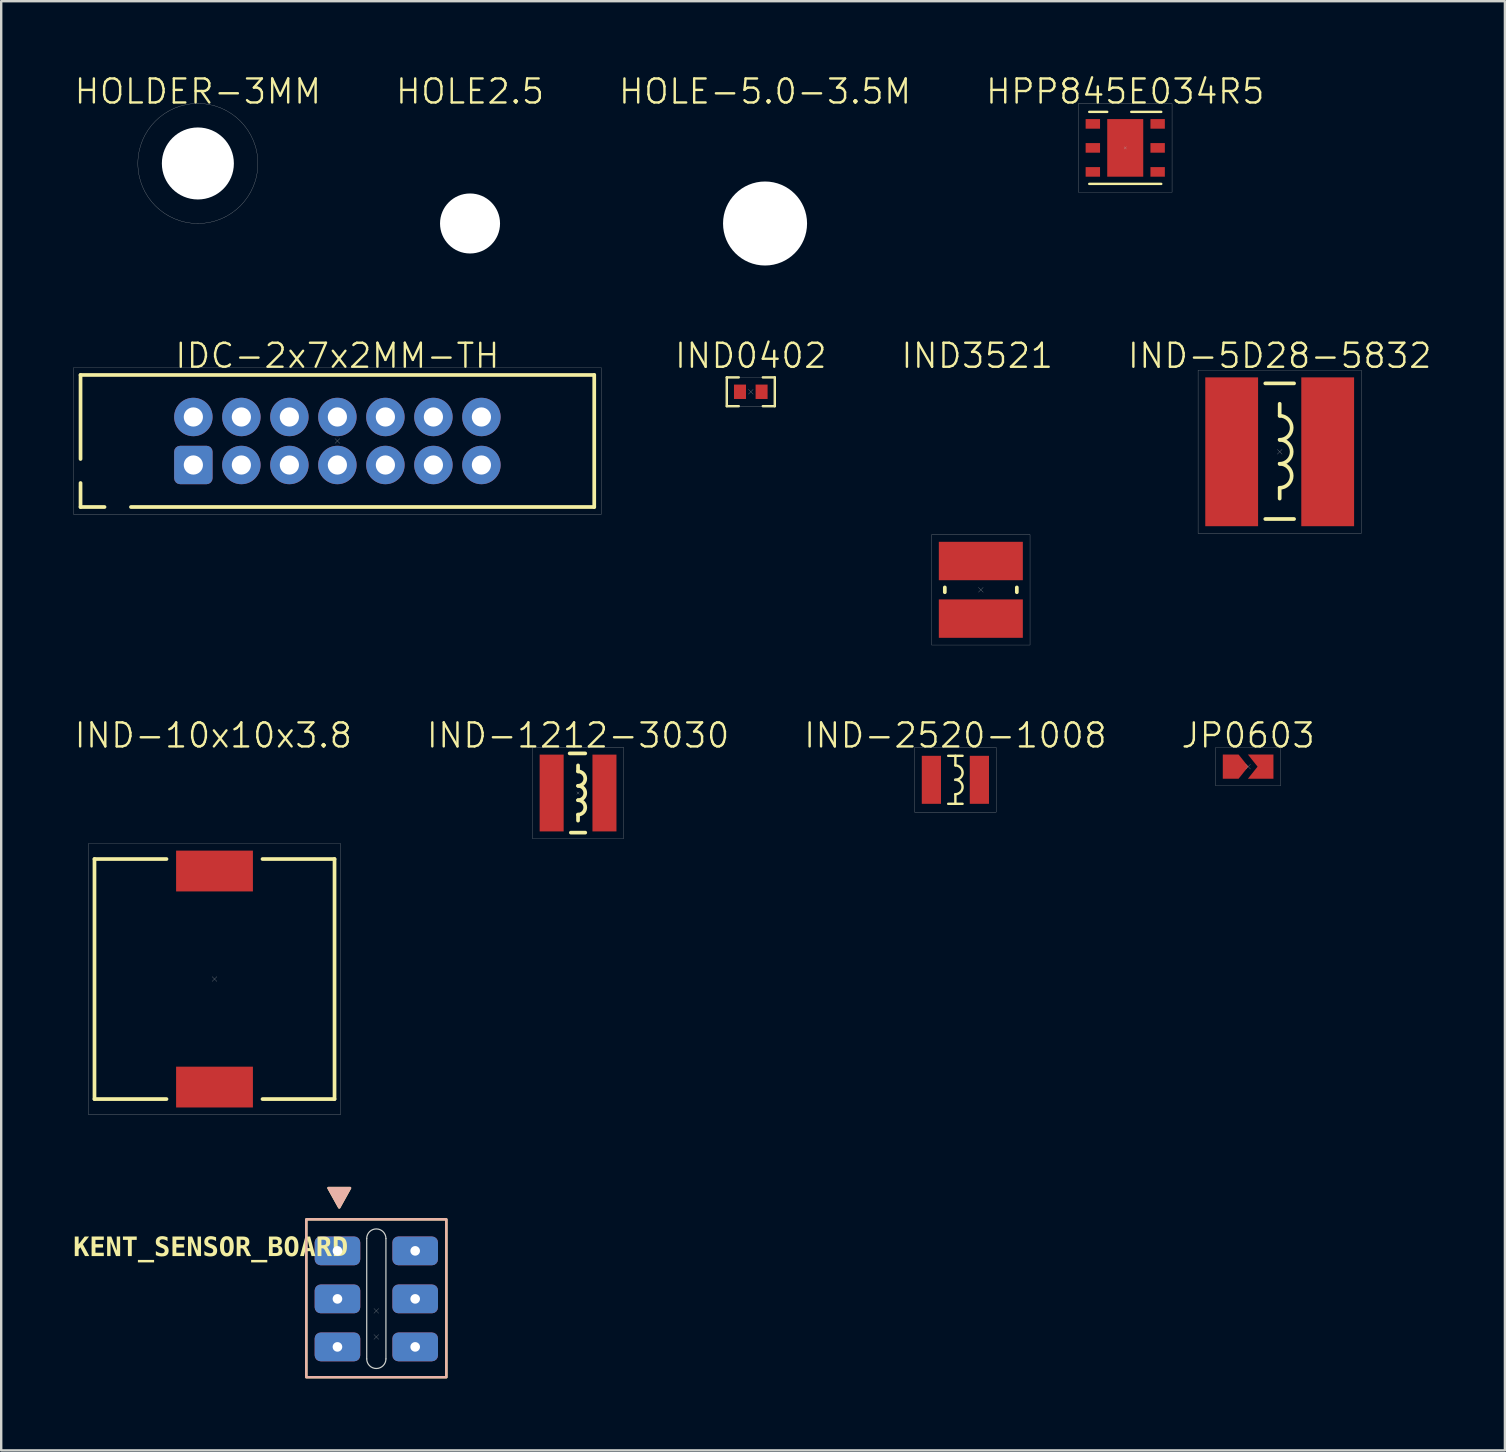
<source format=kicad_pcb>
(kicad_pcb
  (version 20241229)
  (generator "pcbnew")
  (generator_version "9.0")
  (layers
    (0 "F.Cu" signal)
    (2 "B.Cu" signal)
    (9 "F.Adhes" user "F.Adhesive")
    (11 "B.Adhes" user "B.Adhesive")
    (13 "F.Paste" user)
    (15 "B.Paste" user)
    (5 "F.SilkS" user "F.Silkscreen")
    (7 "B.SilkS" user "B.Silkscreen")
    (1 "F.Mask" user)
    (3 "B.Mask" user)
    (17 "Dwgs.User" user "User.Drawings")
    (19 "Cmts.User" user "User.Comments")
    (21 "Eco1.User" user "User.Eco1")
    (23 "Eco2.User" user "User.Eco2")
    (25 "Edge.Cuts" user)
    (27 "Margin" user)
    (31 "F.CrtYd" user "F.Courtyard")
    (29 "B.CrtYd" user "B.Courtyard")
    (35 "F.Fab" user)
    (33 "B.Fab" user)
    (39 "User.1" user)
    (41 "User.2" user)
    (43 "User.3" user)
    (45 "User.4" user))
  (footprint "HOLE2.5"
    (layer "F.Cu")
    (at 16.531 1.26)
    (property "Reference" "HOLE2.5" (at 0 -0.5 0) (unlocked yes) (layer "F.SilkS") (effects (font (size 1 1) (thickness 0.1))))
    (pad "" np_thru_hole circle (at 0 5) (size 2.5 2.5) (drill 2.5) (layers "*.Cu" "*.Mask")))
  (footprint "IDC-2x7x2MM-TH"
    (layer "F.Cu")
    (at 11.005 15.321)
    (property "Reference" "IDC-2x7x2MM-TH" (at 0 -3.55 0) (unlocked yes) (layer "F.SilkS") (effects (font (size 1 1) (thickness 0.1))))
    (attr through_hole)
    (fp_line (start -10.7 -2.75) (end 10.7 -2.75) (stroke (width 0.154) (type default)) (layer "F.SilkS"))
    (fp_line (start -10.7 0.75) (end -10.7 -2.75) (stroke (width 0.154) (type default)) (layer "F.SilkS"))
    (fp_line (start -10.7 1.75) (end -10.7 2.75) (stroke (width 0.154) (type default)) (layer "F.SilkS"))
    (fp_line (start -10.7 2.75) (end -9.7 2.75) (stroke (width 0.154) (type default)) (layer "F.SilkS"))
    (fp_line (start 10.7 2.75) (end -8.6 2.75) (stroke (width 0.154) (type default)) (layer "F.SilkS"))
    (fp_line (start 10.7 2.75) (end 10.7 -2.75) (stroke (width 0.154) (type default)) (layer "F.SilkS"))
    (fp_line (start -0.1 -0.1) (end 0.1 0.1) (stroke (width 0.01) (type default)) (layer "F.Fab"))
    (fp_line (start 0.1 -0.1) (end -0.1 0.1) (stroke (width 0.01) (type default)) (layer "F.Fab"))
    (fp_rect (start -11 -3.05) (end 11 3.05) (stroke (width 0.01) (type default)) (fill no) (layer "F.Fab"))
    (pad "1" thru_hole roundrect (at -6 1) (size 1.6 1.6) (drill 0.8) (layers "*.Cu" "*.Mask") (roundrect_rratio 0.156))
    (pad "2" thru_hole circle (at -6 -1) (size 1.6 1.6) (drill 0.8) (layers "*.Cu" "*.Mask"))
    (pad "3" thru_hole circle (at -4 1) (size 1.6 1.6) (drill 0.8) (layers "*.Cu" "*.Mask"))
    (pad "4" thru_hole circle (at -4 -1) (size 1.6 1.6) (drill 0.8) (layers "*.Cu" "*.Mask"))
    (pad "5" thru_hole circle (at -2 1) (size 1.6 1.6) (drill 0.8) (layers "*.Cu" "*.Mask"))
    (pad "6" thru_hole circle (at -2 -1) (size 1.6 1.6) (drill 0.8) (layers "*.Cu" "*.Mask"))
    (pad "7" thru_hole circle (at 0 1) (size 1.6 1.6) (drill 0.8) (layers "*.Cu" "*.Mask"))
    (pad "8" thru_hole circle (at 0 -1) (size 1.6 1.6) (drill 0.8) (layers "*.Cu" "*.Mask"))
    (pad "9" thru_hole circle (at 2 1) (size 1.6 1.6) (drill 0.8) (layers "*.Cu" "*.Mask"))
    (pad "10" thru_hole circle (at 2 -1) (size 1.6 1.6) (drill 0.8) (layers "*.Cu" "*.Mask"))
    (pad "11" thru_hole circle (at 4 1) (size 1.6 1.6) (drill 0.8) (layers "*.Cu" "*.Mask"))
    (pad "12" thru_hole circle (at 4 -1) (size 1.6 1.6) (drill 0.8) (layers "*.Cu" "*.Mask"))
    (pad "13" thru_hole circle (at 6 1) (size 1.6 1.6) (drill 0.8) (layers "*.Cu" "*.Mask"))
    (pad "14" thru_hole circle (at 6 -1) (size 1.6 1.6) (drill 0.8) (layers "*.Cu" "*.Mask")))
  (footprint "HOLDER-3MM"
    (layer "F.Cu")
    (at 5.193 3.76)
    (property "Reference" "HOLDER-3MM" (at 0 -3 0) (unlocked yes) (layer "F.SilkS") (effects (font (size 1 1) (thickness 0.1))))
    (fp_circle (center 0 0) (end 2.5 0) (stroke (width 0.01) (type default)) (fill no) (layer "F.Fab"))
    (pad "" np_thru_hole circle (at 0 0 180) (size 3 3) (drill 3) (layers "*.Cu" "*.Mask")))
  (footprint "HOLE-5.0-3.5M"
    (layer "F.Cu")
    (at 28.821 6.261)
    (property "Reference" "HOLE-5.0-3.5M" (at 0 -5.5 0) (unlocked yes) (layer "F.SilkS") (effects (font (size 1 1) (thickness 0.1))))
    (fp_line (start -0.1 -0.1) (end 0.1 0.1) (stroke (width 0.01) (type default)) (layer "F.Fab"))
    (fp_line (start 0.1 -0.1) (end -0.1 0.1) (stroke (width 0.01) (type default)) (layer "F.Fab"))
    (pad "" np_thru_hole circle (at 0 0) (size 3.5 3.5) (drill 3.5) (layers "*.Cu" "*.Mask")))
  (footprint "JP0603"
    (layer "F.Cu")
    (at 48.945 28.887)
    (property "Reference" "JP0603" (at 0 -1.3 0) (unlocked yes) (layer "F.SilkS") (effects (font (size 1 1) (thickness 0.1))))
    (attr smd)
    (fp_line (start -0.1 -0.1) (end 0.1 0.1) (stroke (width 0.01) (type default)) (layer "F.Fab"))
    (fp_line (start 0.1 -0.1) (end -0.1 0.1) (stroke (width 0.01) (type default)) (layer "F.Fab"))
    (fp_rect (start -1.35 -0.8) (end 1.35 0.8) (stroke (width 0.01) (type default)) (fill no) (layer "F.Fab"))
    (pad "1" smd custom (at -0.725 0 180) (size 0.65 1) (layers "F.Cu" "F.Mask" "F.Paste") (options (anchor rect)) (primitives (gr_poly (pts (xy 0.325 0.5) (xy -0.325 0.5) (xy -0.725 0) (xy -0.325 -0.5) (xy 0.325 -0.5)) (width 0.01) (fill yes))))
    (pad "2" smd custom (at 0.725 0 180) (size 0.65 1) (layers "F.Cu" "F.Mask" "F.Paste") (options (anchor rect)) (primitives (gr_poly (pts (xy -0.325 -0.5) (xy 0.725 -0.5) (xy 0.325 0) (xy 0.725 0.5) (xy -0.325 0.5)) (width 0.01) (fill yes)))))
  (footprint "HPP845E034R5"
    (layer "F.Cu")
    (at 43.826 3.111)
    (property "Reference" "HPP845E034R5" (at 0 -2.35 0) (unlocked yes) (layer "F.SilkS") (effects (font (size 1 1) (thickness 0.1))))
    (attr smd)
    (fp_line (start -1.5 -1.5) (end -0.75 -1.5) (stroke (width 0.1) (type default)) (layer "F.SilkS"))
    (fp_line (start -1.5 1.5) (end 1.5 1.5) (stroke (width 0.1) (type default)) (layer "F.SilkS"))
    (fp_line (start 1.5 -1.5) (end 0.25 -1.5) (stroke (width 0.1) (type default)) (layer "F.SilkS"))
    (fp_line (start -0.05 -0.05) (end 0.05 0.05) (stroke (width 0.01) (type default)) (layer "F.Fab"))
    (fp_line (start -0.05 0.05) (end 0.05 -0.05) (stroke (width 0.01) (type default)) (layer "F.Fab"))
    (fp_rect (start -1.95 -1.85) (end 1.95 1.85) (stroke (width 0.01) (type default)) (fill no) (layer "F.Fab"))
    (pad "1" smd rect (at -1.35 -1) (size 0.6 0.4) (layers "F.Cu" "F.Mask" "F.Paste"))
    (pad "2" smd rect (at -1.35 0) (size 0.6 0.4) (layers "F.Cu" "F.Mask" "F.Paste"))
    (pad "3" smd rect (at -1.35 1) (size 0.6 0.4) (layers "F.Cu" "F.Mask" "F.Paste"))
    (pad "4" smd rect (at 1.35 1) (size 0.6 0.4) (layers "F.Cu" "F.Mask" "F.Paste"))
    (pad "5" smd rect (at 1.35 0) (size 0.6 0.4) (layers "F.Cu" "F.Mask" "F.Paste"))
    (pad "6" smd rect (at 1.35 -1) (size 0.6 0.4) (layers "F.Cu" "F.Mask" "F.Paste"))
    (pad "7" smd rect (at 0 0) (size 1.5 2.4) (layers "F.Cu" "F.Mask" "F.Paste")))
  (footprint "IND0402"
    (layer "F.Cu")
    (at 28.227 13.271)
    (property "Reference" "IND0402" (at 0 -1.5 0) (unlocked yes) (layer "F.SilkS") (effects (font (size 1 1) (thickness 0.1))))
    (attr smd)
    (fp_line (start -1 -0.6) (end -1 0.6) (stroke (width 0.1) (type default)) (layer "F.SilkS"))
    (fp_line (start -1 -0.6) (end -0.5 -0.6) (stroke (width 0.1) (type default)) (layer "F.SilkS"))
    (fp_line (start -1 0.6) (end -0.5 0.6) (stroke (width 0.1) (type default)) (layer "F.SilkS"))
    (fp_line (start 0.5 0.6) (end 1 0.6) (stroke (width 0.1) (type default)) (layer "F.SilkS"))
    (fp_line (start 1 -0.6) (end 0.5 -0.6) (stroke (width 0.1) (type default)) (layer "F.SilkS"))
    (fp_line (start 1 0.6) (end 1 -0.6) (stroke (width 0.1) (type default)) (layer "F.SilkS"))
    (fp_line (start -0.1 -0.1) (end 0.1 0.1) (stroke (width 0.01) (type default)) (layer "F.Fab"))
    (fp_line (start 0.1 -0.1) (end -0.1 0.1) (stroke (width 0.01) (type default)) (layer "F.Fab"))
    (fp_rect (start -1 -0.6) (end 1 0.6) (stroke (width 0.01) (type default)) (fill no) (layer "F.Fab"))
    (pad "1" smd rect (at -0.45 0) (size 0.5 0.6) (layers "F.Cu" "F.Mask" "F.Paste"))
    (pad "2" smd rect (at 0.45 0) (size 0.5 0.6) (layers "F.Cu" "F.Mask" "F.Paste")))
  (footprint "IND3521"
    (layer "F.Cu")
    (at 37.81 21.521)
    (property "Reference" "IND3521" (at -0.15 -9.75 0) (unlocked yes) (layer "F.SilkS") (effects (font (size 1 1) (thickness 0.1))))
    (attr smd)
    (fp_line (start -1.5 -0.1) (end -1.5 0.1) (stroke (width 0.154) (type default)) (layer "F.SilkS"))
    (fp_line (start 1.5 -0.1) (end 1.5 0.1) (stroke (width 0.154) (type default)) (layer "F.SilkS"))
    (fp_line (start -0.1 -0.1) (end 0.1 0.1) (stroke (width 0.01) (type default)) (layer "F.Fab"))
    (fp_line (start 0.1 -0.1) (end -0.1 0.1) (stroke (width 0.01) (type default)) (layer "F.Fab"))
    (fp_rect (start -2.05 -2.3) (end 2.05 2.3) (stroke (width 0.01) (type default)) (fill no) (layer "F.Fab"))
    (pad "1" smd rect (at 0 -1.2) (size 3.5 1.6) (layers "F.Cu" "F.Mask" "F.Paste"))
    (pad "2" smd rect (at 0 1.2) (size 3.5 1.6) (layers "F.Cu" "F.Mask" "F.Paste")))
  (footprint "IND-10x10x3.8"
    (layer "F.Cu")
    (at 5.886 37.736)
    (property "Reference" "IND-10x10x3.8" (at -0.05 -10.15 0) (unlocked yes) (layer "F.SilkS") (effects (font (size 1 1) (thickness 0.1))))
    (attr smd)
    (fp_line (start -5 -5) (end -5 5) (stroke (width 0.154) (type default)) (layer "F.SilkS"))
    (fp_line (start -5 -5) (end -2 -5) (stroke (width 0.154) (type default)) (layer "F.SilkS"))
    (fp_line (start -2 5) (end -5 5) (stroke (width 0.154) (type default)) (layer "F.SilkS"))
    (fp_line (start 2 -5) (end 5 -5) (stroke (width 0.154) (type default)) (layer "F.SilkS"))
    (fp_line (start 2 5) (end 5 5) (stroke (width 0.154) (type default)) (layer "F.SilkS"))
    (fp_line (start 5 -5) (end 5 5) (stroke (width 0.154) (type default)) (layer "F.SilkS"))
    (fp_line (start -0.1 -0.1) (end 0.1 0.1) (stroke (width 0.01) (type default)) (layer "F.Fab"))
    (fp_line (start 0.1 -0.1) (end -0.1 0.1) (stroke (width 0.01) (type default)) (layer "F.Fab"))
    (fp_rect (start -5.25 -5.65) (end 5.25 5.65) (stroke (width 0.01) (type default)) (fill no) (layer "F.Fab"))
    (pad "1" smd rect (at 0 -4.5) (size 3.2 1.7) (layers "F.Cu" "F.Mask" "F.Paste"))
    (pad "2" smd rect (at 0 4.5) (size 3.2 1.7) (layers "F.Cu" "F.Mask" "F.Paste")))
  (footprint "KENT_SENSOR_BOARD"
    (layer "F.Cu")
    (at 12.627 52.645)
    (property "Reference" "KENT_SENSOR_BOARD" (at -6.9 -3.7 0) (unlocked yes) (layer "F.SilkS") (effects (font (face "Consolas") (size 0.8 0.8) (thickness 0.16) (bold yes))))
    (attr through_hole)
    (fp_poly (pts (xy -1.544 -5.395) (xy -1.095 -6.203) (xy -1.993 -6.203)) (stroke (width 0.1) (type solid)) (fill yes) (layer "F.SilkS"))
    (fp_poly (pts (xy -2.917 -4.898) (xy 2.917 -4.898) (xy 2.917 1.678) (xy -2.917 1.678)) (stroke (width 0.1) (type default)) (fill no) (layer "F.SilkS"))
    (fp_poly (pts (xy -1.544 -5.395) (xy -1.095 -6.203) (xy -1.993 -6.203)) (stroke (width 0.1) (type solid)) (fill yes) (layer "B.SilkS"))
    (fp_poly (pts (xy -2.917 -4.898) (xy 2.917 -4.898) (xy 2.917 1.678) (xy -2.917 1.678)) (stroke (width 0.1) (type default)) (fill no) (layer "B.SilkS"))
    (fp_line (start -0.4 0.915) (end -0.4 -4.1) (stroke (width 0.05) (type default)) (layer "Edge.Cuts"))
    (fp_line (start 0.4 -4.1) (end 0.4 0.915) (stroke (width 0.05) (type default)) (layer "Edge.Cuts"))
    (fp_arc (start -0.4 -4.1) (mid 0 -4.500001) (end 0.399999 -4.100001) (stroke (width 0.05) (type default)) (layer "Edge.Cuts"))
    (fp_arc (start 0.4 0.915) (mid 0 1.315001) (end -0.4 0.915) (stroke (width 0.05) (type default)) (layer "Edge.Cuts"))
    (fp_line (start -1.669 0.315) (end -1.469 0.515) (stroke (width 0.01) (type default)) (layer "F.Fab"))
    (fp_line (start -1.669 0.515) (end -1.469 0.315) (stroke (width 0.01) (type default)) (layer "F.Fab"))
    (fp_line (start -0.1 -1.185) (end 0.1 -0.985) (stroke (width 0.01) (type default)) (layer "F.Fab"))
    (fp_line (start -0.1 -0.985) (end 0.1 -1.185) (stroke (width 0.01) (type default)) (layer "F.Fab"))
    (fp_line (start -0.1 -0.1) (end 0.1 0.1) (stroke (width 0.01) (type default)) (layer "F.Fab"))
    (fp_line (start -0.1 0.1) (end 0.1 -0.1) (stroke (width 0.01) (type default)) (layer "F.Fab"))
    (pad "1" thru_hole circle (at -1.619 -3.585) (size 0.8 0.8) (drill 0.4) (layers "*.Cu" "*.Mask"))
    (pad "1" smd roundrect (at -1.619 -3.585) (size 1.9 1.2) (layers "F.Cu" "F.Mask" "F.Paste") (roundrect_rratio 0.208))
    (pad "1" smd roundrect (at -1.619 -3.585) (size 1.9 1.2) (layers "B.Cu" "B.Mask" "B.Paste") (roundrect_rratio 0.208))
    (pad "2" thru_hole circle (at -1.619 -1.585) (size 0.8 0.8) (drill 0.4) (layers "*.Cu" "*.Mask"))
    (pad "2" smd roundrect (at -1.619 -1.585) (size 1.9 1.2) (layers "F.Cu" "F.Mask" "F.Paste") (roundrect_rratio 0.208))
    (pad "2" smd roundrect (at -1.619 -1.585) (size 1.9 1.2) (layers "B.Cu" "B.Mask" "B.Paste") (roundrect_rratio 0.208))
    (pad "3" thru_hole circle (at -1.619 0.415) (size 0.8 0.8) (drill 0.4) (layers "*.Cu" "*.Mask"))
    (pad "3" smd roundrect (at -1.619 0.415) (size 1.9 1.2) (layers "F.Cu" "F.Mask" "F.Paste") (roundrect_rratio 0.208))
    (pad "3" smd roundrect (at -1.619 0.415) (size 1.9 1.2) (layers "B.Cu" "B.Mask" "B.Paste") (roundrect_rratio 0.208))
    (pad "4" thru_hole circle (at 1.619 0.415) (size 0.8 0.8) (drill 0.4) (layers "*.Cu" "*.Mask"))
    (pad "4" smd roundrect (at 1.619 0.415) (size 1.9 1.2) (layers "F.Cu" "F.Mask" "F.Paste") (roundrect_rratio 0.208))
    (pad "4" smd roundrect (at 1.619 0.415) (size 1.9 1.2) (layers "B.Cu" "B.Mask" "B.Paste") (roundrect_rratio 0.208))
    (pad "5" thru_hole circle (at 1.619 -1.585) (size 0.8 0.8) (drill 0.4) (layers "*.Cu" "*.Mask"))
    (pad "5" smd roundrect (at 1.619 -1.585) (size 1.9 1.2) (layers "F.Cu" "F.Mask" "F.Paste") (roundrect_rratio 0.208))
    (pad "5" smd roundrect (at 1.619 -1.585) (size 1.9 1.2) (layers "B.Cu" "B.Mask" "B.Paste") (roundrect_rratio 0.208))
    (pad "6" thru_hole circle (at 1.619 -3.585) (size 0.8 0.8) (drill 0.4) (layers "*.Cu" "*.Mask"))
    (pad "6" smd roundrect (at 1.619 -3.585) (size 1.9 1.2) (layers "F.Cu" "F.Mask" "F.Paste") (roundrect_rratio 0.208))
    (pad "6" smd roundrect (at 1.619 -3.585) (size 1.9 1.2) (layers "B.Cu" "B.Mask" "B.Paste") (roundrect_rratio 0.208)))
  (footprint "IND-5D28-5832"
    (layer "F.Cu")
    (at 50.26 15.771)
    (property "Reference" "IND-5D28-5832" (at 0 -4 0) (unlocked yes) (layer "F.SilkS") (effects (font (size 1 1) (thickness 0.1))))
    (attr smd)
    (fp_line (start -0.6 -2.85) (end 0.6 -2.85) (stroke (width 0.154) (type default)) (layer "F.SilkS"))
    (fp_line (start -0.6 2.8) (end 0.6 2.8) (stroke (width 0.154) (type default)) (layer "F.SilkS"))
    (fp_line (start 0 -1.5) (end 0 -2) (stroke (width 0.154) (type default)) (layer "F.SilkS"))
    (fp_line (start 0 1.5) (end 0 1.95) (stroke (width 0.154) (type default)) (layer "F.SilkS"))
    (fp_arc (start 0 -1.5) (mid 0.5 -1) (end 0 -0.5) (stroke (width 0.154) (type default)) (layer "F.SilkS"))
    (fp_arc (start 0 -0.5) (mid 0.5 0) (end 0 0.5) (stroke (width 0.154) (type default)) (layer "F.SilkS"))
    (fp_arc (start 0 0.5) (mid 0.5 1) (end 0 1.5) (stroke (width 0.154) (type default)) (layer "F.SilkS"))
    (fp_line (start -0.1 -0.1) (end 0.1 0.1) (stroke (width 0.01) (type default)) (layer "F.Fab"))
    (fp_line (start 0.1 -0.1) (end -0.1 0.1) (stroke (width 0.01) (type default)) (layer "F.Fab"))
    (fp_rect (start -3.4 -3.4) (end 3.4 3.4) (stroke (width 0.01) (type default)) (fill no) (layer "F.Fab"))
    (pad "1" smd rect (at -2 0 90) (size 6.2 2.2) (layers "F.Cu" "F.Mask" "F.Paste"))
    (pad "2" smd rect (at 2 0 90) (size 6.2 2.2) (layers "F.Cu" "F.Mask" "F.Paste"))
    (zone (net_name "") (layers "F.Cu" "B.Cu") (hatch edge 0.5) (connect_pads) (min_thickness 0.25) (filled_areas_thickness no) (keepout (tracks allowed) (vias allowed) (pads allowed) (copperpour not_allowed) (footprints allowed)) (placement (enabled no)) (fill) (polygon (pts (xy 49.36 12.671) (xy 51.16 12.671) (xy 51.16 18.871) (xy 49.36 18.871)))))
  (footprint "IND-1212-3030"
    (layer "F.Cu")
    (at 21.031 29.986)
    (property "Reference" "IND-1212-3030" (at 0 -2.4 0) (unlocked yes) (layer "F.SilkS") (effects (font (size 1 1) (thickness 0.1))))
    (attr smd)
    (fp_line (start -0.35 -1.65) (end 0.3 -1.65) (stroke (width 0.154) (type default)) (layer "F.SilkS"))
    (fp_line (start -0.3 1.65) (end 0.3 1.65) (stroke (width 0.154) (type default)) (layer "F.SilkS"))
    (fp_line (start 0 -1.15) (end 0 -0.9) (stroke (width 0.154) (type default)) (layer "F.SilkS"))
    (fp_line (start 0 0.9) (end 0 1.15) (stroke (width 0.154) (type default)) (layer "F.SilkS"))
    (fp_arc (start 0 -0.9) (mid 0.3 -0.6) (end 0 -0.3) (stroke (width 0.154) (type default)) (layer "F.SilkS"))
    (fp_arc (start 0 -0.3) (mid 0.3 0) (end 0 0.3) (stroke (width 0.154) (type default)) (layer "F.SilkS"))
    (fp_arc (start 0 0.3) (mid 0.3 0.6) (end 0 0.9) (stroke (width 0.154) (type default)) (layer "F.SilkS"))
    (fp_line (start -0.05 -0.05) (end 0.05 0.05) (stroke (width 0.01) (type default)) (layer "F.Fab"))
    (fp_line (start -0.05 0.05) (end 0.05 -0.05) (stroke (width 0.01) (type default)) (layer "F.Fab"))
    (fp_rect (start -1.9 -1.9) (end 1.9 1.9) (stroke (width 0.01) (type default)) (fill no) (layer "F.Fab"))
    (pad "1" smd rect (at -1.1 0) (size 1 3.2) (layers "F.Cu" "F.Mask" "F.Paste"))
    (pad "2" smd rect (at 1.1 0) (size 1 3.2) (layers "F.Cu" "F.Mask" "F.Paste")))
  (footprint "IND-2520-1008"
    (layer "F.Cu")
    (at 36.75 29.436)
    (property "Reference" "IND-2520-1008" (at 0 -1.85 0) (unlocked yes) (layer "F.SilkS") (effects (font (size 1 1) (thickness 0.1))))
    (attr smd)
    (fp_line (start -0.3 -1) (end 0.3 -1) (stroke (width 0.1) (type default)) (layer "F.SilkS"))
    (fp_line (start -0.3 1) (end 0.3 1) (stroke (width 0.1) (type default)) (layer "F.SilkS"))
    (fp_line (start 0 -1) (end 0 -0.6) (stroke (width 0.1) (type default)) (layer "F.SilkS"))
    (fp_line (start 0 1) (end 0 0.6) (stroke (width 0.1) (type default)) (layer "F.SilkS"))
    (fp_arc (start 0 -0.6) (mid 0.3 -0.3) (end 0 0) (stroke (width 0.1) (type default)) (layer "F.SilkS"))
    (fp_arc (start 0 0) (mid 0.3 0.3) (end 0 0.6) (stroke (width 0.1) (type default)) (layer "F.SilkS"))
    (fp_line (start -0.05 -0.05) (end 0.05 0.05) (stroke (width 0.01) (type default)) (layer "F.Fab"))
    (fp_line (start -0.05 0.05) (end 0.05 -0.05) (stroke (width 0.01) (type default)) (layer "F.Fab"))
    (fp_rect (start -1.7 -1.35) (end 1.7 1.35) (stroke (width 0.01) (type default)) (fill no) (layer "F.Fab"))
    (pad "1" smd rect (at -1 0) (size 0.8 2) (layers "F.Cu" "F.Mask" "F.Paste"))
    (pad "2" smd rect (at 1 0) (size 0.8 2) (layers "F.Cu" "F.Mask" "F.Paste")))
  (gr_rect
    (start -3 -3)
    (end 59.643 57.373)
    (stroke (width 0.1) (type default))
    (fill no)
    (layer "Edge.Cuts")))
</source>
